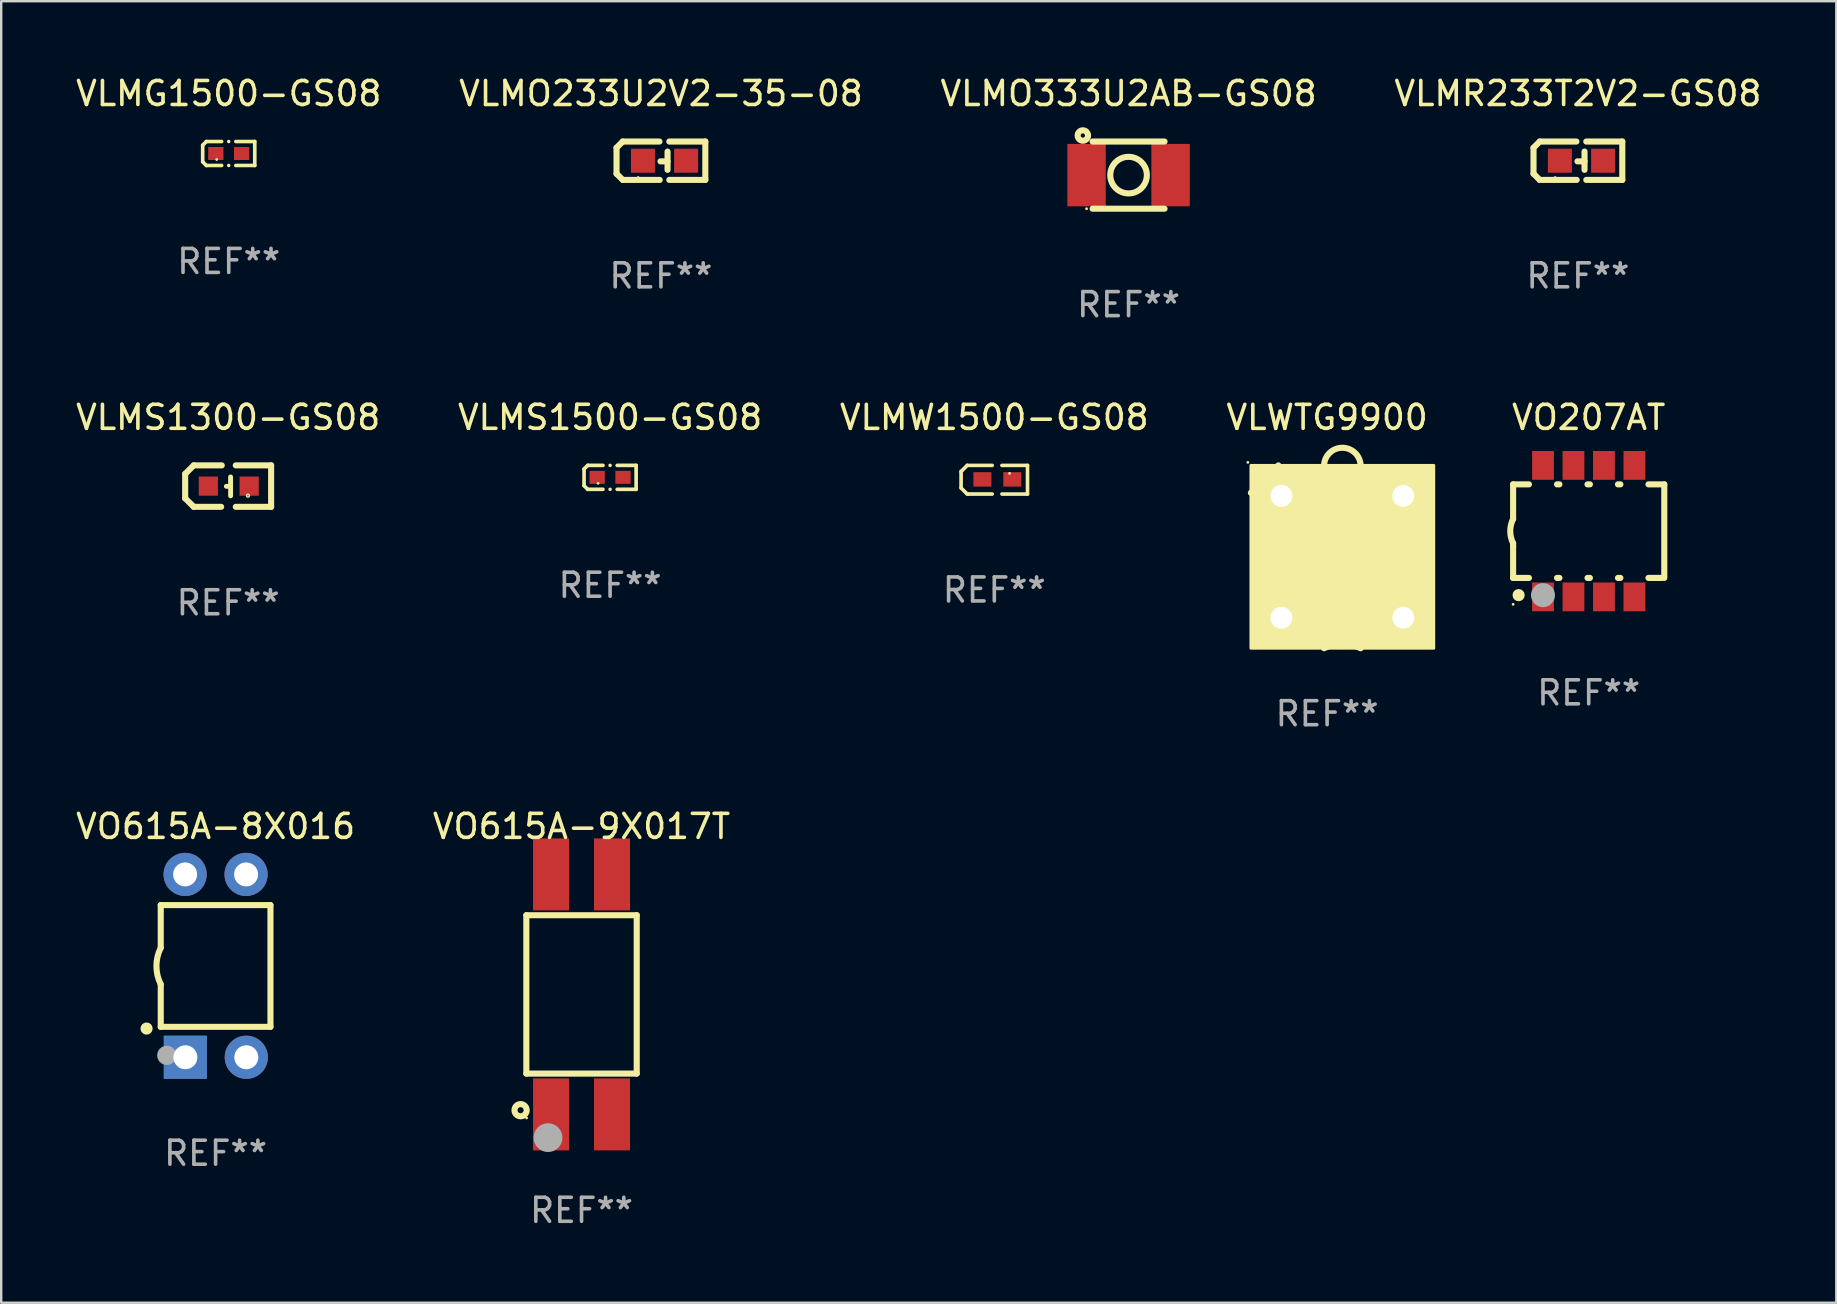
<source format=kicad_pcb>
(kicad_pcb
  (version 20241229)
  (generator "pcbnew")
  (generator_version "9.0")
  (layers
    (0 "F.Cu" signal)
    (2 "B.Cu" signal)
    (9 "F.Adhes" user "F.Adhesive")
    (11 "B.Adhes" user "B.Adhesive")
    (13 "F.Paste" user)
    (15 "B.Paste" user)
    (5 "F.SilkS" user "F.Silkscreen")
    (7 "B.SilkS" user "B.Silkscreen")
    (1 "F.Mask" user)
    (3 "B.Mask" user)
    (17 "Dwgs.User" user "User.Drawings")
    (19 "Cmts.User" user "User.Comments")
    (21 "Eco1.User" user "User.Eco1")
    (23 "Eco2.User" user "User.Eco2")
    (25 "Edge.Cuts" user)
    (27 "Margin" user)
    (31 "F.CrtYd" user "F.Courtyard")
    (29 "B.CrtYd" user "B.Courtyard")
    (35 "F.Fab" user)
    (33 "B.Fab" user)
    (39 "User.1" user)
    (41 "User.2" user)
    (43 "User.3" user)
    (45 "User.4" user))
  (footprint "VO207AT"
    (layer "F.Cu")
    (at 63.158 19.085)
    (property "Reference" "VO207AT" (at 0 -4.74 0) (layer "F.SilkS") (effects (font (size 1 1) (thickness 0.15))))
    (attr through_hole)
    (fp_line (start -3.15 -1.95) (end -3.15 -0.508) (stroke (width 0.254) (type solid)) (layer "F.SilkS"))
    (fp_line (start -3.15 -1.95) (end -2.49 -1.95) (stroke (width 0.254) (type solid)) (layer "F.SilkS"))
    (fp_line (start -3.15 0.635) (end -3.15 0.508) (stroke (width 0.254) (type solid)) (layer "F.SilkS"))
    (fp_line (start -3.15 1.95) (end -3.15 0.635) (stroke (width 0.254) (type solid)) (layer "F.SilkS"))
    (fp_line (start -3.15 1.95) (end -2.49 1.95) (stroke (width 0.254) (type solid)) (layer "F.SilkS"))
    (fp_line (start -1.32 -1.95) (end -1.22 -1.95) (stroke (width 0.254) (type solid)) (layer "F.SilkS"))
    (fp_line (start -1.32 1.95) (end -1.22 1.95) (stroke (width 0.254) (type solid)) (layer "F.SilkS"))
    (fp_line (start -0.05 1.95) (end 0.05 1.95) (stroke (width 0.254) (type solid)) (layer "F.SilkS"))
    (fp_line (start -0.05 -1.95) (end 0.05 -1.95) (stroke (width 0.254) (type solid)) (layer "F.SilkS"))
    (fp_line (start 1.22 1.95) (end 1.32 1.95) (stroke (width 0.254) (type solid)) (layer "F.SilkS"))
    (fp_line (start 1.22 -1.95) (end 1.32 -1.95) (stroke (width 0.254) (type solid)) (layer "F.SilkS"))
    (fp_line (start 2.49 1.95) (end 3.048 1.95) (stroke (width 0.254) (type solid)) (layer "F.SilkS"))
    (fp_line (start 2.49 -1.95) (end 3.15 -1.95) (stroke (width 0.254) (type solid)) (layer "F.SilkS"))
    (fp_line (start 3.15 -1.95) (end 3.15 1.95) (stroke (width 0.254) (type solid)) (layer "F.SilkS"))
    (fp_arc (start -3.149606 0.507239) (mid -3.269578 -0.000333) (end -3.150013 -0.508001) (stroke (width 0.254001) (type solid)) (layer "F.SilkS"))
    (fp_circle (center -3.15 3.05) (end -3.12 3.05) (stroke (width 0.06) (type solid)) (fill no) (layer "F.SilkS"))
    (fp_circle (center -2.921 2.667) (end -2.794 2.667) (stroke (width 0.254) (type solid)) (fill no) (layer "F.SilkS"))
    (fp_circle (center -1.905 2.667) (end -1.655 2.667) (stroke (width 0.5) (type solid)) (fill no) (layer "F.Fab"))
    (fp_text user "REF**" (at 0 6.74 0) (layer "F.Fab") (effects (font (size 1 1) (thickness 0.15))))
    (pad "1" smd rect (at -1.905 2.74 180) (size 0.91 1.2) (layers "F.Cu" "F.Mask" "F.Paste"))
    (pad "2" smd rect (at -0.635 2.74 180) (size 0.91 1.2) (layers "F.Cu" "F.Mask" "F.Paste"))
    (pad "3" smd rect (at 0.635 2.74 180) (size 0.91 1.2) (layers "F.Cu" "F.Mask" "F.Paste"))
    (pad "4" smd rect (at 1.905 2.74 180) (size 0.91 1.2) (layers "F.Cu" "F.Mask" "F.Paste"))
    (pad "5" smd rect (at 1.905 -2.74 180) (size 0.91 1.2) (layers "F.Cu" "F.Mask" "F.Paste"))
    (pad "6" smd rect (at 0.635 -2.74 180) (size 0.91 1.2) (layers "F.Cu" "F.Mask" "F.Paste"))
    (pad "7" smd rect (at -0.635 -2.74 180) (size 0.91 1.2) (layers "F.Cu" "F.Mask" "F.Paste"))
    (pad "8" smd rect (at -1.905 -2.74 180) (size 0.91 1.2) (layers "F.Cu" "F.Mask" "F.Paste")))
  (footprint "VLMG1500-GS08"
    (layer "F.Cu")
    (at 6.482 3.347)
    (property "Reference" "VLMG1500-GS08" (at 0 -2.499 0) (layer "F.SilkS") (effects (font (size 1 1) (thickness 0.15))))
    (attr through_hole)
    (fp_line (start -1.085 -0.346) (end -0.933 -0.499) (stroke (width 0.152) (type solid)) (layer "F.SilkS"))
    (fp_line (start -1.085 0.346) (end -1.085 -0.346) (stroke (width 0.152) (type solid)) (layer "F.SilkS"))
    (fp_line (start -0.933 -0.499) (end -0.296 -0.499) (stroke (width 0.152) (type solid)) (layer "F.SilkS"))
    (fp_line (start -0.933 0.499) (end -1.085 0.346) (stroke (width 0.152) (type solid)) (layer "F.SilkS"))
    (fp_line (start -0.296 0.499) (end -0.933 0.499) (stroke (width 0.152) (type solid)) (layer "F.SilkS"))
    (fp_line (start 0.296 0.499) (end 1.085 0.499) (stroke (width 0.152) (type solid)) (layer "F.SilkS"))
    (fp_line (start 1.085 -0.499) (end 0.296 -0.499) (stroke (width 0.152) (type solid)) (layer "F.SilkS"))
    (fp_line (start 1.085 0.499) (end 1.085 -0.499) (stroke (width 0.152) (type solid)) (layer "F.SilkS"))
    (fp_circle (center -0.5 0.25) (end -0.47 0.25) (stroke (width 0.06) (type solid)) (fill no) (layer "F.SilkS"))
    (fp_circle (center 0 -0.499) (end 0.038 -0.499) (stroke (width 0.076) (type solid)) (fill no) (layer "F.SilkS"))
    (fp_circle (center 0 0.499) (end 0.038 0.499) (stroke (width 0.076) (type solid)) (fill no) (layer "F.SilkS"))
    (fp_text user "REF**" (at 0 4.499 0) (layer "F.Fab") (effects (font (size 1 1) (thickness 0.15))))
    (pad "1" smd rect (at -0.538 0) (size 0.636 0.54) (layers "F.Cu" "F.Mask" "F.Paste"))
    (pad "2" smd rect (at 0.538 0) (size 0.636 0.54) (layers "F.Cu" "F.Mask" "F.Paste")))
  (footprint "VLMS1300-GS08"
    (layer "F.Cu")
    (at 6.458 17.208)
    (property "Reference" "VLMS1300-GS08" (at 0 -2.864 0) (layer "F.SilkS") (effects (font (size 1 1) (thickness 0.15))))
    (attr through_hole)
    (fp_line (start -1.791 -0.508) (end -1.435 -0.864) (stroke (width 0.254) (type solid)) (layer "F.SilkS"))
    (fp_line (start -1.791 0.508) (end -1.791 -0.508) (stroke (width 0.254) (type solid)) (layer "F.SilkS"))
    (fp_line (start -1.435 0.864) (end -1.791 0.508) (stroke (width 0.254) (type solid)) (layer "F.SilkS"))
    (fp_line (start -0.292 0.864) (end -1.435 0.864) (stroke (width 0.254) (type solid)) (layer "F.SilkS"))
    (fp_line (start -0.267 -0.864) (end -1.435 -0.864) (stroke (width 0.254) (type solid)) (layer "F.SilkS"))
    (fp_line (start 0.102 0.008) (end -0.074 0.008) (stroke (width 0.203) (type solid)) (layer "F.SilkS"))
    (fp_line (start 0.102 0.406) (end 0.102 -0.381) (stroke (width 0.203) (type solid)) (layer "F.SilkS"))
    (fp_line (start 1.791 -0.864) (end 0.318 -0.864) (stroke (width 0.254) (type solid)) (layer "F.SilkS"))
    (fp_line (start 1.791 0.864) (end 0.318 0.864) (stroke (width 0.254) (type solid)) (layer "F.SilkS"))
    (fp_line (start 1.791 0.864) (end 1.791 -0.864) (stroke (width 0.254) (type solid)) (layer "F.SilkS"))
    (fp_circle (center 0.826 0.4) (end 0.855 0.4) (stroke (width 0.06) (type solid)) (fill no) (layer "F.SilkS"))
    (fp_text user "REF**" (at 0 4.864 0) (layer "F.Fab") (effects (font (size 1 1) (thickness 0.15))))
    (pad "1" smd rect (at 0.876 0 90) (size 0.8 0.8) (layers "F.Cu" "F.Mask" "F.Paste"))
    (pad "2" smd rect (at -0.826 0 90) (size 0.8 0.8) (layers "F.Cu" "F.Mask" "F.Paste")))
  (footprint "VLWTG9900"
    (layer "F.Cu")
    (at 52.256 19.52)
    (property "Reference" "VLWTG9900" (at 0 -5.175 0) (layer "F.SilkS") (effects (font (size 1 1) (thickness 0.15))))
    (attr through_hole)
    (fp_line (start -3.175 -2.032) (end -2.032 -3.175) (stroke (width 0.254) (type solid)) (layer "F.SilkS"))
    (fp_arc (start -0.127001 -3.175007) (mid 0.635001 -3.911099) (end 1.397003 -3.175006) (stroke (width 0.254001) (type solid)) (layer "F.SilkS"))
    (fp_arc (start -0.127 4.445009) (mid 0.635001 4.267868) (end 1.397003 4.445009) (stroke (width 0.254001) (type solid)) (layer "F.SilkS"))
    (fp_circle (center -3.302 -3.302) (end -3.272 -3.302) (stroke (width 0.06) (type solid)) (fill no) (layer "F.SilkS"))
    (fp_circle (center 0.635 0.635) (end 2.135 0.635) (stroke (width 0.254) (type solid)) (fill no) (layer "F.SilkS"))
    (fp_poly (pts (xy -3.175 -3.175) (xy 4.445 -3.175) (xy 4.445 4.445) (xy -3.175 4.445)) (stroke (width 0.12) (type solid)) (fill yes) (layer "F.SilkS"))
    (fp_text user "REF**" (at 0 7.175 0) (layer "F.Fab") (effects (font (size 1 1) (thickness 0.15))))
    (pad "1" thru_hole circle (at -1.905 -1.905) (size 1.524 1.524) (drill 0.914) (layers "*.Cu" "*.Mask"))
    (pad "2" thru_hole circle (at -1.905 3.175) (size 1.524 1.524) (drill 0.914) (layers "*.Cu" "*.Mask"))
    (pad "3" thru_hole circle (at 3.175 3.175) (size 1.524 1.524) (drill 0.914) (layers "*.Cu" "*.Mask"))
    (pad "4" thru_hole circle (at 3.175 -1.905) (size 1.524 1.524) (drill 0.914) (layers "*.Cu" "*.Mask")))
  (footprint "VLMO333U2AB-GS08"
    (layer "F.Cu")
    (at 43.982 4.248)
    (property "Reference" "VLMO333U2AB-GS08" (at 0 -3.4 0) (layer "F.SilkS") (effects (font (size 1 1) (thickness 0.15))))
    (attr through_hole)
    (fp_line (start -1.5 -1.4) (end 1.5 -1.4) (stroke (width 0.254) (type solid)) (layer "F.SilkS"))
    (fp_line (start 1.5 1.4) (end -1.5 1.4) (stroke (width 0.254) (type solid)) (layer "F.SilkS"))
    (fp_circle (center -1.905 -1.651) (end -1.815 -1.651) (stroke (width 0.254) (type solid)) (fill no) (layer "F.SilkS"))
    (fp_circle (center -1.75 1.4) (end -1.72 1.4) (stroke (width 0.06) (type solid)) (fill no) (layer "F.SilkS"))
    (fp_circle (center 0 0) (end 0.762 0) (stroke (width 0.254) (type solid)) (fill no) (layer "F.SilkS"))
    (fp_text user "REF**" (at 0 5.4 0) (layer "F.Fab") (effects (font (size 1 1) (thickness 0.15))))
    (pad "1" smd rect (at -1.75 0 90) (size 2.6 1.6) (layers "F.Cu" "F.Mask" "F.Paste"))
    (pad "2" smd rect (at 1.75 0 90) (size 2.6 1.6) (layers "F.Cu" "F.Mask" "F.Paste")))
  (footprint "VLMO233U2V2-35-08"
    (layer "F.Cu")
    (at 24.494 3.648)
    (property "Reference" "VLMO233U2V2-35-08" (at 0 -2.8 0) (layer "F.SilkS") (effects (font (size 1 1) (thickness 0.15))))
    (attr through_hole)
    (fp_line (start -1.85 -0.541) (end -1.85 0.541) (stroke (width 0.254) (type solid)) (layer "F.SilkS"))
    (fp_line (start -1.85 0.541) (end -1.591 0.8) (stroke (width 0.254) (type solid)) (layer "F.SilkS"))
    (fp_line (start -1.591 -0.8) (end -1.85 -0.541) (stroke (width 0.254) (type solid)) (layer "F.SilkS"))
    (fp_line (start -1.591 0.8) (end -0.05 0.8) (stroke (width 0.254) (type solid)) (layer "F.SilkS"))
    (fp_line (start -0.062 -0.8) (end -1.591 -0.8) (stroke (width 0.254) (type solid)) (layer "F.SilkS"))
    (fp_line (start 0.276 -0.381) (end 0.276 0.381) (stroke (width 0.254) (type solid)) (layer "F.SilkS"))
    (fp_line (start 0.276 0.026) (end -0.019 0.026) (stroke (width 0.254) (type solid)) (layer "F.SilkS"))
    (fp_line (start 0.349 -0.8) (end 1.85 -0.8) (stroke (width 0.254) (type solid)) (layer "F.SilkS"))
    (fp_line (start 1.85 -0.8) (end 1.85 0.8) (stroke (width 0.254) (type solid)) (layer "F.SilkS"))
    (fp_line (start 1.85 0.8) (end 0.349 0.8) (stroke (width 0.254) (type solid)) (layer "F.SilkS"))
    (fp_circle (center -0.951 0.7) (end -0.921 0.7) (stroke (width 0.06) (type solid)) (fill no) (layer "F.SilkS"))
    (fp_text user "REF**" (at 0 4.8 0) (layer "F.Fab") (effects (font (size 1 1) (thickness 0.15))))
    (pad "1" smd rect (at -0.751 0) (size 1 1) (layers "F.Cu" "F.Mask" "F.Paste"))
    (pad "2" smd rect (at 1.05 0) (size 1 1) (layers "F.Cu" "F.Mask" "F.Paste")))
  (footprint "VLMW1500-GS08"
    (layer "F.Cu")
    (at 38.387 16.942)
    (property "Reference" "VLMW1500-GS08" (at 0 -2.597 0) (layer "F.SilkS") (effects (font (size 1 1) (thickness 0.15))))
    (attr through_hole)
    (fp_line (start -1.384 -0.343) (end -1.13 -0.597) (stroke (width 0.152) (type solid)) (layer "F.SilkS"))
    (fp_line (start -1.384 0.343) (end -1.384 -0.343) (stroke (width 0.152) (type solid)) (layer "F.SilkS"))
    (fp_line (start -1.143 0.584) (end -1.384 0.343) (stroke (width 0.152) (type solid)) (layer "F.SilkS"))
    (fp_line (start -1.13 -0.597) (end -0.089 -0.597) (stroke (width 0.152) (type solid)) (layer "F.SilkS"))
    (fp_line (start -1.105 0.597) (end -1.143 0.584) (stroke (width 0.152) (type solid)) (layer "F.SilkS"))
    (fp_line (start -1.105 0.597) (end -0.089 0.597) (stroke (width 0.152) (type solid)) (layer "F.SilkS"))
    (fp_line (start 0.318 0.597) (end 1.384 0.597) (stroke (width 0.15) (type solid)) (layer "F.SilkS"))
    (fp_line (start 1.384 -0.597) (end 0.318 -0.597) (stroke (width 0.15) (type solid)) (layer "F.SilkS"))
    (fp_line (start 1.384 0.597) (end 1.384 -0.597) (stroke (width 0.15) (type solid)) (layer "F.SilkS"))
    (fp_circle (center 0.637 -0.264) (end 0.667 -0.264) (stroke (width 0.06) (type solid)) (fill no) (layer "F.SilkS"))
    (fp_text user "REF**" (at 0 4.597 0) (layer "F.Fab") (effects (font (size 1 1) (thickness 0.15))))
    (pad "1" smd rect (at 0.75 -0.014) (size 0.75 0.6) (layers "F.Cu" "F.Mask" "F.Paste"))
    (pad "2" smd rect (at -0.496 -0.014) (size 0.75 0.6) (layers "F.Cu" "F.Mask" "F.Paste")))
  (footprint "VO615A-9X017T"
    (layer "F.Cu")
    (at 21.185 38.391)
    (property "Reference" "VO615A-9X017T" (at 0 -7 0) (layer "F.SilkS") (effects (font (size 1 1) (thickness 0.15))))
    (attr through_hole)
    (fp_line (start -2.3 -3.3) (end 2.3 -3.3) (stroke (width 0.254) (type solid)) (layer "F.SilkS"))
    (fp_line (start -2.3 3.3) (end -2.3 -3.3) (stroke (width 0.254) (type solid)) (layer "F.SilkS"))
    (fp_line (start 2.3 -3.3) (end 2.3 3.3) (stroke (width 0.254) (type solid)) (layer "F.SilkS"))
    (fp_line (start 2.3 3.3) (end -2.3 3.3) (stroke (width 0.254) (type solid)) (layer "F.SilkS"))
    (fp_circle (center -2.54 4.826) (end -2.286 4.826) (stroke (width 0.254) (type solid)) (fill no) (layer "F.SilkS"))
    (fp_circle (center -2.29 5.15) (end -2.26 5.15) (stroke (width 0.06) (type solid)) (fill no) (layer "F.SilkS"))
    (fp_circle (center -1.397 5.969) (end -1.097 5.969) (stroke (width 0.6) (type solid)) (fill no) (layer "F.Fab"))
    (fp_text user "REF**" (at 0 9 0) (layer "F.Fab") (effects (font (size 1 1) (thickness 0.15))))
    (pad "1" smd rect (at -1.27 5 180) (size 1.5 3) (layers "F.Cu" "F.Mask" "F.Paste"))
    (pad "2" smd rect (at 1.27 5 180) (size 1.5 3) (layers "F.Cu" "F.Mask" "F.Paste"))
    (pad "3" smd rect (at 1.27 -5 180) (size 1.5 3) (layers "F.Cu" "F.Mask" "F.Paste"))
    (pad "4" smd rect (at -1.27 -5 180) (size 1.5 3) (layers "F.Cu" "F.Mask" "F.Paste")))
  (footprint "VLMS1500-GS08"
    (layer "F.Cu")
    (at 22.375 16.843)
    (property "Reference" "VLMS1500-GS08" (at 0 -2.499 0) (layer "F.SilkS") (effects (font (size 1 1) (thickness 0.15))))
    (attr through_hole)
    (fp_line (start -1.085 -0.346) (end -0.933 -0.499) (stroke (width 0.152) (type solid)) (layer "F.SilkS"))
    (fp_line (start -1.085 0.346) (end -1.085 -0.346) (stroke (width 0.152) (type solid)) (layer "F.SilkS"))
    (fp_line (start -0.933 -0.499) (end -0.296 -0.499) (stroke (width 0.152) (type solid)) (layer "F.SilkS"))
    (fp_line (start -0.933 0.499) (end -1.085 0.346) (stroke (width 0.152) (type solid)) (layer "F.SilkS"))
    (fp_line (start -0.296 0.499) (end -0.933 0.499) (stroke (width 0.152) (type solid)) (layer "F.SilkS"))
    (fp_line (start 0.296 0.499) (end 1.085 0.499) (stroke (width 0.152) (type solid)) (layer "F.SilkS"))
    (fp_line (start 1.085 -0.499) (end 0.296 -0.499) (stroke (width 0.152) (type solid)) (layer "F.SilkS"))
    (fp_line (start 1.085 0.499) (end 1.085 -0.499) (stroke (width 0.152) (type solid)) (layer "F.SilkS"))
    (fp_circle (center -0.5 0.25) (end -0.47 0.25) (stroke (width 0.06) (type solid)) (fill no) (layer "F.SilkS"))
    (fp_circle (center 0 -0.499) (end 0.038 -0.499) (stroke (width 0.076) (type solid)) (fill no) (layer "F.SilkS"))
    (fp_circle (center 0 0.499) (end 0.038 0.499) (stroke (width 0.076) (type solid)) (fill no) (layer "F.SilkS"))
    (fp_text user "REF**" (at 0 4.499 0) (layer "F.Fab") (effects (font (size 1 1) (thickness 0.15))))
    (pad "1" smd rect (at -0.538 0) (size 0.636 0.54) (layers "F.Cu" "F.Mask" "F.Paste"))
    (pad "2" smd rect (at 0.538 0) (size 0.636 0.54) (layers "F.Cu" "F.Mask" "F.Paste")))
  (footprint "VO615A-8X016"
    (layer "F.Cu")
    (at 5.935 37.201)
    (property "Reference" "VO615A-8X016" (at 0 -5.81 0) (layer "F.SilkS") (effects (font (size 1 1) (thickness 0.15))))
    (attr through_hole)
    (fp_line (start -2.286 -2.532) (end -2.286 -0.754) (stroke (width 0.254) (type solid)) (layer "F.SilkS"))
    (fp_line (start -2.286 -2.532) (end 2.286 -2.532) (stroke (width 0.254) (type solid)) (layer "F.SilkS"))
    (fp_line (start -2.286 0.77) (end -2.286 2.542) (stroke (width 0.254) (type solid)) (layer "F.SilkS"))
    (fp_line (start -2.286 2.542) (end 2.286 2.542) (stroke (width 0.254) (type solid)) (layer "F.SilkS"))
    (fp_line (start 2.286 -2.532) (end 2.286 2.542) (stroke (width 0.254) (type solid)) (layer "F.SilkS"))
    (fp_arc (start -2.286005 0.769952) (mid -2.465889 0.00795) (end -2.286005 -0.754051) (stroke (width 0.254001) (type solid)) (layer "F.SilkS"))
    (fp_circle (center -2.877 2.613) (end -2.75 2.613) (stroke (width 0.254) (type solid)) (fill no) (layer "F.SilkS"))
    (fp_circle (center -2.29 3.935) (end -2.26 3.935) (stroke (width 0.06) (type solid)) (fill no) (layer "F.SilkS"))
    (fp_circle (center -2.035 3.73) (end -1.835 3.73) (stroke (width 0.4) (type solid)) (fill no) (layer "F.Fab"))
    (fp_text user "REF**" (at 0 7.81 0) (layer "F.Fab") (effects (font (size 1 1) (thickness 0.15))))
    (pad "1" thru_hole rect (at -1.26 3.81 180) (size 1.8 1.8) (drill 1) (layers "*.Cu" "*.Mask"))
    (pad "2" thru_hole circle (at 1.28 3.81) (size 1.8 1.8) (drill 1) (layers "*.Cu" "*.Mask"))
    (pad "3" thru_hole circle (at 1.27 -3.81) (size 1.8 1.8) (drill 1) (layers "*.Cu" "*.Mask"))
    (pad "4" thru_hole circle (at -1.27 -3.81) (size 1.8 1.8) (drill 1) (layers "*.Cu" "*.Mask")))
  (footprint "VLMR233T2V2-GS08"
    (layer "F.Cu")
    (at 62.708 3.648)
    (property "Reference" "VLMR233T2V2-GS08" (at 0 -2.8 0) (layer "F.SilkS") (effects (font (size 1 1) (thickness 0.15))))
    (attr through_hole)
    (fp_line (start -1.85 -0.541) (end -1.85 0.541) (stroke (width 0.254) (type solid)) (layer "F.SilkS"))
    (fp_line (start -1.85 0.541) (end -1.591 0.8) (stroke (width 0.254) (type solid)) (layer "F.SilkS"))
    (fp_line (start -1.591 -0.8) (end -1.85 -0.541) (stroke (width 0.254) (type solid)) (layer "F.SilkS"))
    (fp_line (start -1.591 0.8) (end -0.05 0.8) (stroke (width 0.254) (type solid)) (layer "F.SilkS"))
    (fp_line (start -0.062 -0.8) (end -1.591 -0.8) (stroke (width 0.254) (type solid)) (layer "F.SilkS"))
    (fp_line (start 0.276 -0.381) (end 0.276 0.381) (stroke (width 0.254) (type solid)) (layer "F.SilkS"))
    (fp_line (start 0.276 0.026) (end -0.019 0.026) (stroke (width 0.254) (type solid)) (layer "F.SilkS"))
    (fp_line (start 0.349 -0.8) (end 1.85 -0.8) (stroke (width 0.254) (type solid)) (layer "F.SilkS"))
    (fp_line (start 1.85 -0.8) (end 1.85 0.8) (stroke (width 0.254) (type solid)) (layer "F.SilkS"))
    (fp_line (start 1.85 0.8) (end 0.349 0.8) (stroke (width 0.254) (type solid)) (layer "F.SilkS"))
    (fp_circle (center -0.95 0.7) (end -0.92 0.7) (stroke (width 0.06) (type solid)) (fill no) (layer "F.SilkS"))
    (fp_text user "REF**" (at 0 4.8 0) (layer "F.Fab") (effects (font (size 1 1) (thickness 0.15))))
    (pad "1" smd rect (at -0.751 0) (size 1 1) (layers "F.Cu" "F.Mask" "F.Paste"))
    (pad "2" smd rect (at 1.05 0) (size 1 1) (layers "F.Cu" "F.Mask" "F.Paste")))
  (gr_rect
    (start -3 -3)
    (end 73.476 51.24)
    (stroke (width 0.1) (type default))
    (fill no)
    (layer "Edge.Cuts")))
</source>
